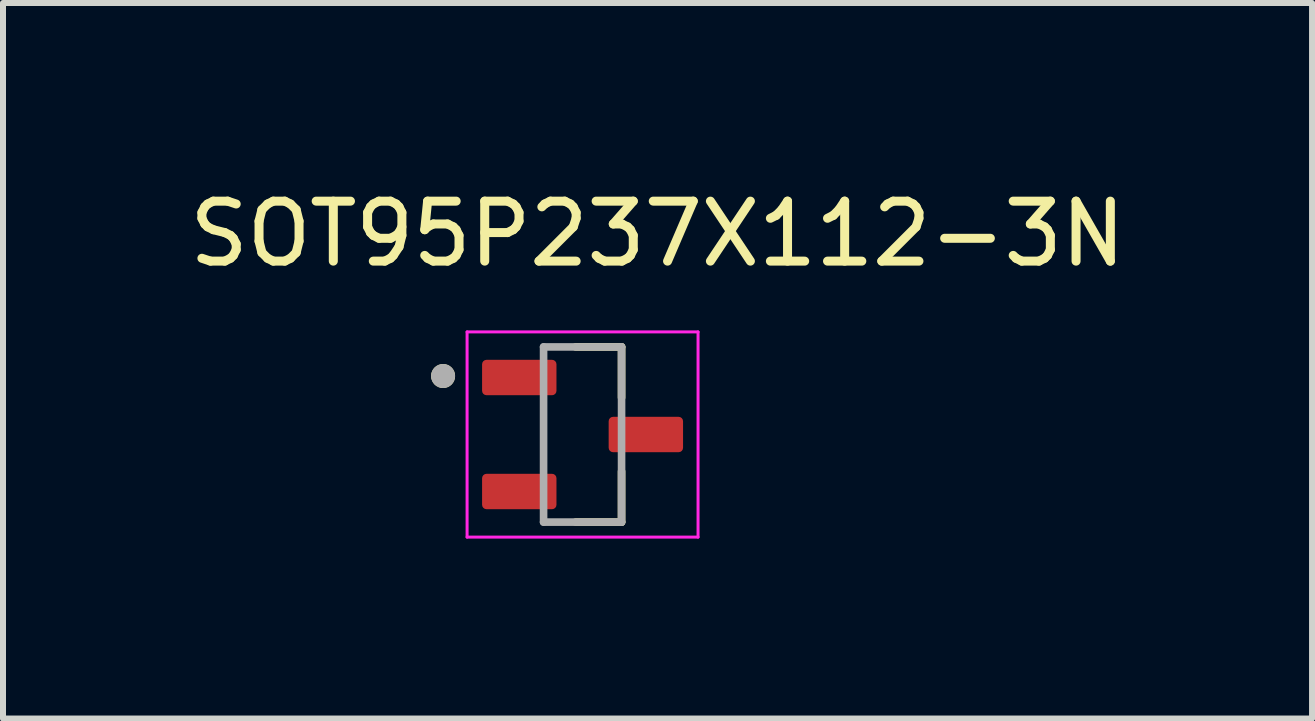
<source format=kicad_pcb>
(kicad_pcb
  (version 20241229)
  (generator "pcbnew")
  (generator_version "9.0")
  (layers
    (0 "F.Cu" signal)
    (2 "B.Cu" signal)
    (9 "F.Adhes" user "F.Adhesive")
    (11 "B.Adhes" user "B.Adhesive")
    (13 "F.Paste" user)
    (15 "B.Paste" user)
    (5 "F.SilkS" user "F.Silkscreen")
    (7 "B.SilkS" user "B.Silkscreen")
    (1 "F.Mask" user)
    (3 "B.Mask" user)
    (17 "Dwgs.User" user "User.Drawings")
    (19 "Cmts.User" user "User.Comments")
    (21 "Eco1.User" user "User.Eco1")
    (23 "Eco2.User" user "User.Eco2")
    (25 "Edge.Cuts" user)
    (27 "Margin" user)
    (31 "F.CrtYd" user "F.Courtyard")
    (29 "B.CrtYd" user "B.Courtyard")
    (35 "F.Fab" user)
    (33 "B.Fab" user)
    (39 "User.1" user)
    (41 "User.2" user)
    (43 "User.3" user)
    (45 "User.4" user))
  (footprint "SOT95P237X112-3N"
    (layer "F.Cu")
    (at 6.661 4.193)
    (property "Reference" "SOT95P237X112-3N" (at 1.25 -3.345 0) (layer "F.SilkS") (effects (font (size 1 1) (thickness 0.15))))
    (attr smd)
    (fp_line (start -0.115 -1.46) (end 0.65 -1.46) (stroke (width 0.127) (type solid)) (layer "F.SilkS"))
    (fp_line (start 0.65 -1.46) (end 0.65 -0.615) (stroke (width 0.127) (type solid)) (layer "F.SilkS"))
    (fp_line (start 0.65 1.46) (end -0.115 1.46) (stroke (width 0.127) (type solid)) (layer "F.SilkS"))
    (fp_line (start 0.65 1.46) (end 0.65 0.615) (stroke (width 0.127) (type solid)) (layer "F.SilkS"))
    (fp_circle (center -2.325 -0.975) (end -2.225 -0.975) (stroke (width 0.2) (type solid)) (fill no) (layer "F.SilkS"))
    (fp_line (start -1.925 -1.71) (end -1.925 1.71) (stroke (width 0.05) (type solid)) (layer "F.CrtYd"))
    (fp_line (start -1.925 1.71) (end 1.925 1.71) (stroke (width 0.05) (type solid)) (layer "F.CrtYd"))
    (fp_line (start 1.925 -1.71) (end -1.925 -1.71) (stroke (width 0.05) (type solid)) (layer "F.CrtYd"))
    (fp_line (start 1.925 1.71) (end 1.925 -1.71) (stroke (width 0.05) (type solid)) (layer "F.CrtYd"))
    (fp_line (start -0.65 -1.46) (end 0.65 -1.46) (stroke (width 0.127) (type solid)) (layer "F.Fab"))
    (fp_line (start -0.65 1.46) (end -0.65 -1.46) (stroke (width 0.127) (type solid)) (layer "F.Fab"))
    (fp_line (start 0.65 -1.46) (end 0.65 1.46) (stroke (width 0.127) (type solid)) (layer "F.Fab"))
    (fp_line (start 0.65 1.46) (end -0.65 1.46) (stroke (width 0.127) (type solid)) (layer "F.Fab"))
    (fp_circle (center -2.325 -0.975) (end -2.225 -0.975) (stroke (width 0.2) (type solid)) (fill no) (layer "F.Fab"))
    (pad "1" smd roundrect (at -1.055 -0.95) (size 1.24 0.59) (layers "F.Cu" "F.Mask" "F.Paste") (roundrect_rratio 0.125))
    (pad "2" smd roundrect (at -1.055 0.95) (size 1.24 0.59) (layers "F.Cu" "F.Mask" "F.Paste") (roundrect_rratio 0.125))
    (pad "3" smd roundrect (at 1.055 0) (size 1.24 0.59) (layers "F.Cu" "F.Mask" "F.Paste") (roundrect_rratio 0.125)))
  (gr_rect
    (start -3 -3)
    (end 18.821 8.928)
    (stroke (width 0.1) (type default))
    (fill no)
    (layer "Edge.Cuts")))
</source>
